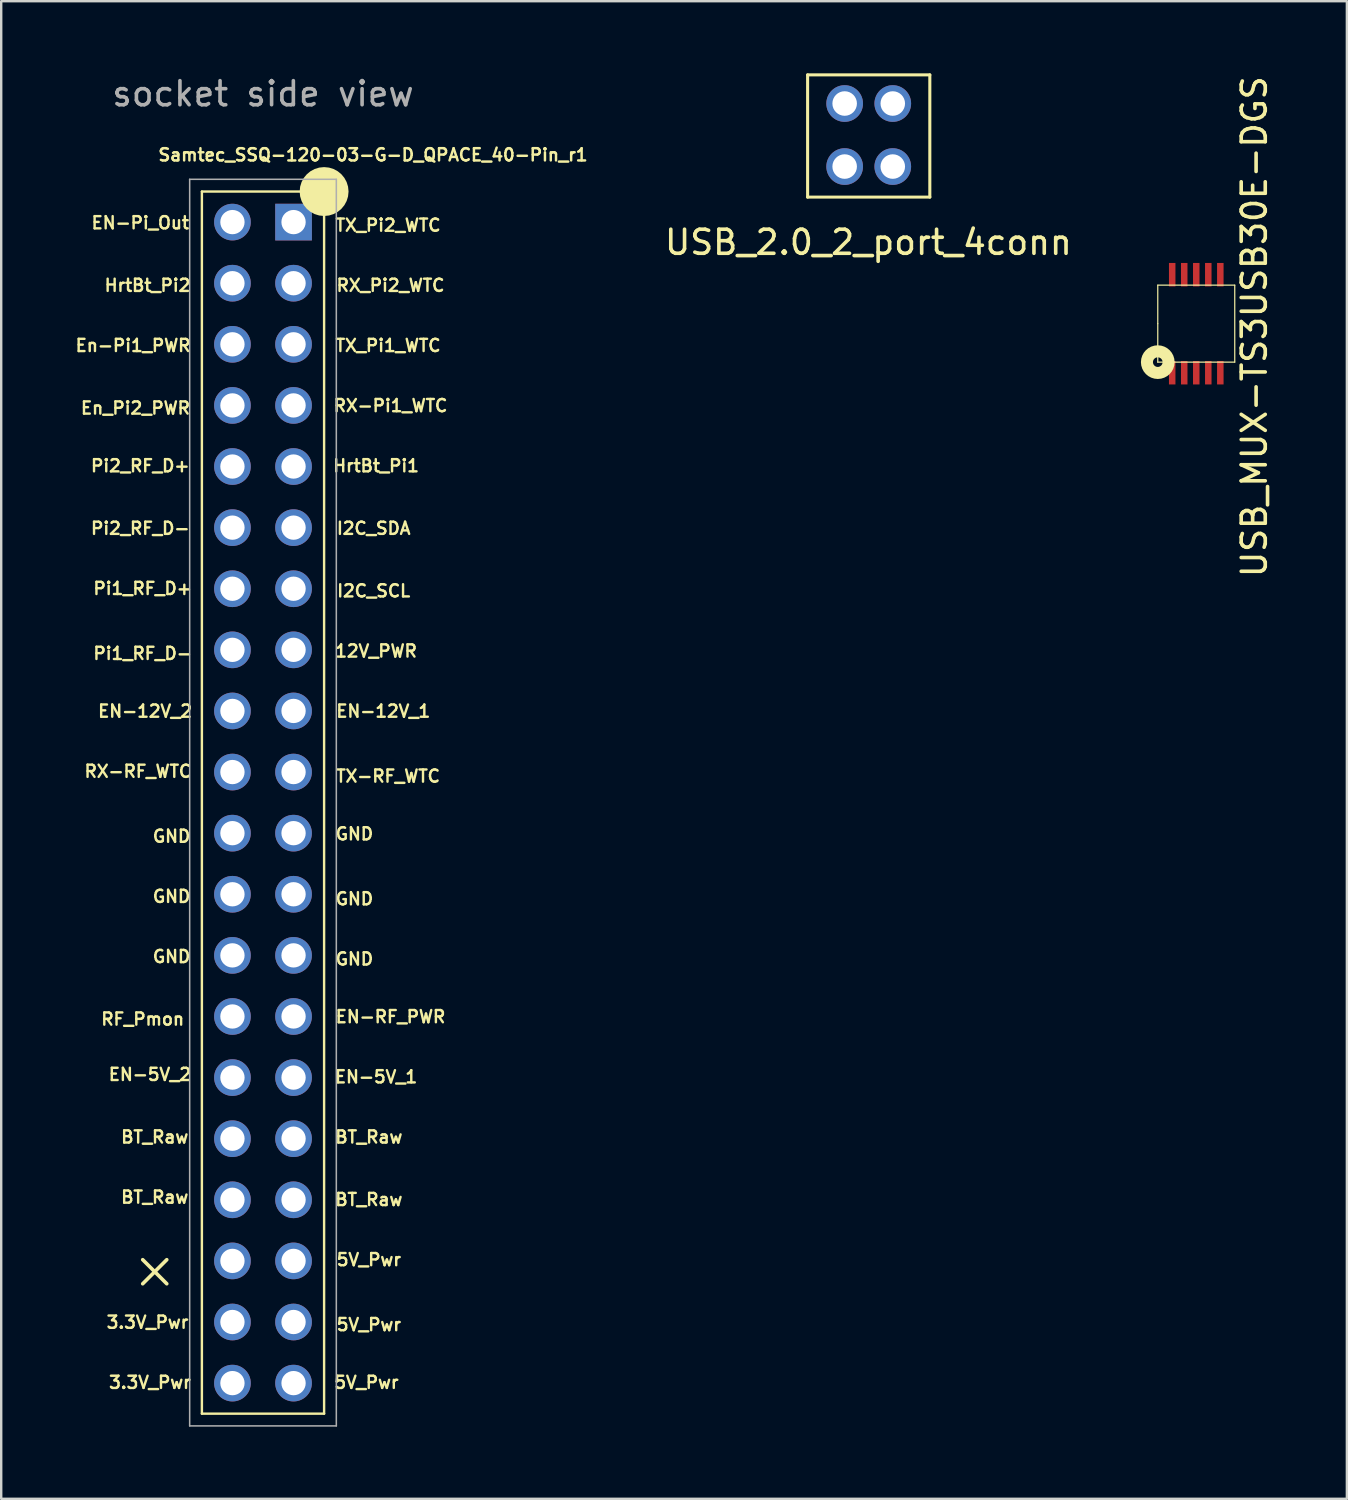
<source format=kicad_pcb>
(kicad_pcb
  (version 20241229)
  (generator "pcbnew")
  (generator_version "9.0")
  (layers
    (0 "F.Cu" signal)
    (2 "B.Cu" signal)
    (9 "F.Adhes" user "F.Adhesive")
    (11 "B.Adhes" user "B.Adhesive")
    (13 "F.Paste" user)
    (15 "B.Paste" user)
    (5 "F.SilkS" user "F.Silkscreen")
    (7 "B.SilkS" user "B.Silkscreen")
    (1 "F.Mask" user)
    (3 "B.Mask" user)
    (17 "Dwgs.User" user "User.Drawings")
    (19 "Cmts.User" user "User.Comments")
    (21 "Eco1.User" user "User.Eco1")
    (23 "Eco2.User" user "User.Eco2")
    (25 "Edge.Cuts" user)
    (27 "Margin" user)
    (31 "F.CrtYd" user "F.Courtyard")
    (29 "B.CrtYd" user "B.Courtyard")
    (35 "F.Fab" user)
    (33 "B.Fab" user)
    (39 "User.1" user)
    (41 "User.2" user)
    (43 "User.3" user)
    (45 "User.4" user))
  (footprint "Samtec_SSQ-120-03-G-D_QPACE_40-Pin_r1"
    (layer "F.Cu")
    (at 7.882 30.312)
    (property "Reference" "Samtec_SSQ-120-03-G-D_QPACE_40-Pin_r1" (at 4.572 -26.924 180) (layer "F.SilkS") (effects (font (size 0.508 0.508) (thickness 0.102))))
    (attr through_hole)
    (fp_line (start -5 20) (end -4 19) (stroke (width 0.15) (type solid)) (layer "F.SilkS"))
    (fp_line (start -4 20) (end -5 19) (stroke (width 0.15) (type solid)) (layer "F.SilkS"))
    (fp_line (start -2.54 -25.4) (end 2.54 -25.4) (stroke (width 0.1) (type solid)) (layer "F.SilkS"))
    (fp_line (start -2.54 25.4) (end -2.54 -25.4) (stroke (width 0.1) (type solid)) (layer "F.SilkS"))
    (fp_line (start 2.54 -25.4) (end 2.54 25.4) (stroke (width 0.1) (type solid)) (layer "F.SilkS"))
    (fp_line (start 2.54 25.4) (end -2.54 25.4) (stroke (width 0.1) (type solid)) (layer "F.SilkS"))
    (fp_circle (center 2.54 -25.4) (end 2.032 -25.4) (stroke (width 1.016) (type solid)) (fill no) (layer "F.SilkS"))
    (fp_line (start -3.048 -25.908) (end -3.048 25.908) (stroke (width 0.064) (type solid)) (layer "F.Fab"))
    (fp_line (start -3.048 25.908) (end 3.048 25.908) (stroke (width 0.064) (type solid)) (layer "F.Fab"))
    (fp_line (start 3.048 -25.908) (end -3.048 -25.908) (stroke (width 0.064) (type solid)) (layer "F.Fab"))
    (fp_line (start 3.048 25.908) (end 3.048 -25.908) (stroke (width 0.064) (type solid)) (layer "F.Fab"))
    (fp_text user "EN-RF_PWR" (at 5.3 8.9 0) (layer "F.SilkS") (effects (font (size 0.508 0.508) (thickness 0.1))))
    (fp_text user "GND" (at 3.8 6.5 0) (layer "F.SilkS") (effects (font (size 0.508 0.508) (thickness 0.1))))
    (fp_text user "5V_Pwr" (at 4.4 19 0) (layer "F.SilkS") (effects (font (size 0.508 0.508) (thickness 0.1))))
    (fp_text user "RF_Pmon" (at -5 9 0) (layer "F.SilkS") (effects (font (size 0.508 0.508) (thickness 0.1))))
    (fp_text user "En_Pi2_PWR" (at -5.3 -16.4 0) (layer "F.SilkS") (effects (font (size 0.508 0.508) (thickness 0.1))))
    (fp_text user "TX_Pi2_WTC" (at 5.2 -24 0) (layer "F.SilkS") (effects (font (size 0.508 0.508) (thickness 0.1))))
    (fp_text user "EN-5V_2" (at -4.7 11.3 0) (layer "F.SilkS") (effects (font (size 0.508 0.508) (thickness 0.1))))
    (fp_text user "HrtBt_Pi2" (at -4.8 -21.5 0) (layer "F.SilkS") (effects (font (size 0.508 0.508) (thickness 0.1))))
    (fp_text user "3.3V_Pwr" (at -4.7 24.1 0) (layer "F.SilkS") (effects (font (size 0.508 0.508) (thickness 0.1))))
    (fp_text user "BT_Raw" (at -4.5 13.9 0) (layer "F.SilkS") (effects (font (size 0.508 0.508) (thickness 0.1))))
    (fp_text user "EN-12V_1" (at 5 -3.8 0) (layer "F.SilkS") (effects (font (size 0.508 0.508) (thickness 0.1))))
    (fp_text user "5V_Pwr" (at 4.3 24.1 0) (layer "F.SilkS") (effects (font (size 0.508 0.508) (thickness 0.1))))
    (fp_text user "EN-Pi_Out" (at -5.1 -24.1 0) (layer "F.SilkS") (effects (font (size 0.508 0.508) (thickness 0.1))))
    (fp_text user "RX_Pi2_WTC" (at 5.3 -21.5 0) (layer "F.SilkS") (effects (font (size 0.508 0.508) (thickness 0.1))))
    (fp_text user "Pi2_RF_D+" (at -5.1 -14 0) (layer "F.SilkS") (effects (font (size 0.508 0.508) (thickness 0.1))))
    (fp_text user "Pi1_RF_D+" (at -5 -8.9 0) (layer "F.SilkS") (effects (font (size 0.508 0.508) (thickness 0.1))))
    (fp_text user "TX_Pi1_WTC" (at 5.2 -19 0) (layer "F.SilkS") (effects (font (size 0.508 0.508) (thickness 0.1))))
    (fp_text user "3.3V_Pwr" (at -4.8 21.6 0) (layer "F.SilkS") (effects (font (size 0.508 0.508) (thickness 0.1))))
    (fp_text user "I2C_SCL" (at 4.6 -8.8 0) (layer "F.SilkS") (effects (font (size 0.508 0.508) (thickness 0.1))))
    (fp_text user "EN-5V_1" (at 4.7 11.4 0) (layer "F.SilkS") (effects (font (size 0.508 0.508) (thickness 0.1))))
    (fp_text user "Pi1_RF_D-" (at -5 -6.2 0) (layer "F.SilkS") (effects (font (size 0.508 0.508) (thickness 0.1))))
    (fp_text user "BT_Raw" (at 4.4 16.5 0) (layer "F.SilkS") (effects (font (size 0.508 0.508) (thickness 0.1))))
    (fp_text user "GND" (at -3.8 1.4 0) (layer "F.SilkS") (effects (font (size 0.508 0.508) (thickness 0.1))))
    (fp_text user "GND" (at 3.8 4 0) (layer "F.SilkS") (effects (font (size 0.508 0.508) (thickness 0.1))))
    (fp_text user "GND" (at -3.8 3.9 0) (layer "F.SilkS") (effects (font (size 0.508 0.508) (thickness 0.1))))
    (fp_text user "En-Pi1_PWR" (at -5.4 -19 0) (layer "F.SilkS") (effects (font (size 0.508 0.508) (thickness 0.1))))
    (fp_text user "RX-RF_WTC" (at -5.2 -1.3 0) (layer "F.SilkS") (effects (font (size 0.508 0.508) (thickness 0.1))))
    (fp_text user "BT_Raw" (at 4.4 13.9 0) (layer "F.SilkS") (effects (font (size 0.508 0.508) (thickness 0.1))))
    (fp_text user "TX-RF_WTC" (at 5.2 -1.1 0) (layer "F.SilkS") (effects (font (size 0.508 0.508) (thickness 0.1))))
    (fp_text user "Pi2_RF_D-" (at -5.1 -11.4 0) (layer "F.SilkS") (effects (font (size 0.508 0.508) (thickness 0.1))))
    (fp_text user "I2C_SDA" (at 4.6 -11.4 0) (layer "F.SilkS") (effects (font (size 0.508 0.508) (thickness 0.1))))
    (fp_text user "BT_Raw" (at -4.5 16.4 0) (layer "F.SilkS") (effects (font (size 0.508 0.508) (thickness 0.1))))
    (fp_text user "EN-12V_2" (at -4.9 -3.8 0) (layer "F.SilkS") (effects (font (size 0.508 0.508) (thickness 0.1))))
    (fp_text user "12V_PWR" (at 4.7 -6.3 0) (layer "F.SilkS") (effects (font (size 0.508 0.508) (thickness 0.1))))
    (fp_text user "GND" (at -3.8 6.4 0) (layer "F.SilkS") (effects (font (size 0.508 0.508) (thickness 0.1))))
    (fp_text user "RX-Pi1_WTC" (at 5.3 -16.5 0) (layer "F.SilkS") (effects (font (size 0.508 0.508) (thickness 0.1))))
    (fp_text user "HrtBt_Pi1" (at 4.7 -14 0) (layer "F.SilkS") (effects (font (size 0.508 0.508) (thickness 0.1))))
    (fp_text user "5V_Pwr" (at 4.4 21.7 0) (layer "F.SilkS") (effects (font (size 0.508 0.508) (thickness 0.1))))
    (fp_text user "GND" (at 3.8 1.3 0) (layer "F.SilkS") (effects (font (size 0.508 0.508) (thickness 0.1))))
    (fp_text user "socket side view" (at 0 -29.464 180) (layer "F.Fab") (effects (font (size 1 1) (thickness 0.15))))
    (pad "1" thru_hole rect (at 1.27 -24.13 180) (size 1.524 1.524) (drill 1.01) (layers "*.Cu" "*.Mask"))
    (pad "2" thru_hole circle (at -1.27 -24.13 270) (size 1.524 1.524) (drill 1.01) (layers "*.Cu" "*.Mask"))
    (pad "3" thru_hole circle (at 1.27 -21.59 270) (size 1.524 1.524) (drill 1.01) (layers "*.Cu" "*.Mask"))
    (pad "4" thru_hole circle (at -1.27 -21.59 270) (size 1.524 1.524) (drill 1.01) (layers "*.Cu" "*.Mask"))
    (pad "5" thru_hole circle (at 1.27 -19.05 270) (size 1.524 1.524) (drill 1.01) (layers "*.Cu" "*.Mask"))
    (pad "6" thru_hole circle (at -1.27 -19.05 270) (size 1.524 1.524) (drill 1.01) (layers "*.Cu" "*.Mask"))
    (pad "7" thru_hole circle (at 1.27 -16.51 270) (size 1.524 1.524) (drill 1.01) (layers "*.Cu" "*.Mask"))
    (pad "8" thru_hole circle (at -1.27 -16.51 270) (size 1.524 1.524) (drill 1.01) (layers "*.Cu" "*.Mask"))
    (pad "9" thru_hole circle (at 1.27 -13.97 270) (size 1.524 1.524) (drill 1.01) (layers "*.Cu" "*.Mask"))
    (pad "10" thru_hole circle (at -1.27 -13.97 270) (size 1.524 1.524) (drill 1.01) (layers "*.Cu" "*.Mask"))
    (pad "11" thru_hole circle (at 1.27 -11.43 270) (size 1.524 1.524) (drill 1.01) (layers "*.Cu" "*.Mask"))
    (pad "12" thru_hole circle (at -1.27 -11.43 270) (size 1.524 1.524) (drill 1.01) (layers "*.Cu" "*.Mask"))
    (pad "13" thru_hole circle (at 1.27 -8.89 270) (size 1.524 1.524) (drill 1.01) (layers "*.Cu" "*.Mask"))
    (pad "14" thru_hole circle (at -1.27 -8.89 270) (size 1.524 1.524) (drill 1.01) (layers "*.Cu" "*.Mask"))
    (pad "15" thru_hole circle (at 1.27 -6.35 270) (size 1.524 1.524) (drill 1.01) (layers "*.Cu" "*.Mask"))
    (pad "16" thru_hole circle (at -1.27 -6.35 270) (size 1.524 1.524) (drill 1.01) (layers "*.Cu" "*.Mask"))
    (pad "17" thru_hole circle (at 1.27 -3.81 270) (size 1.524 1.524) (drill 1.01) (layers "*.Cu" "*.Mask"))
    (pad "18" thru_hole circle (at -1.27 -3.81 270) (size 1.524 1.524) (drill 1.01) (layers "*.Cu" "*.Mask"))
    (pad "19" thru_hole circle (at 1.27 -1.27 270) (size 1.524 1.524) (drill 1.01) (layers "*.Cu" "*.Mask"))
    (pad "20" thru_hole circle (at -1.27 -1.27 270) (size 1.524 1.524) (drill 1.01) (layers "*.Cu" "*.Mask"))
    (pad "21" thru_hole circle (at 1.27 1.27 270) (size 1.524 1.524) (drill 1.01) (layers "*.Cu" "*.Mask"))
    (pad "22" thru_hole circle (at -1.27 1.27 270) (size 1.524 1.524) (drill 1.01) (layers "*.Cu" "*.Mask"))
    (pad "23" thru_hole circle (at 1.27 3.81 270) (size 1.524 1.524) (drill 1.01) (layers "*.Cu" "*.Mask"))
    (pad "24" thru_hole circle (at -1.27 3.81 270) (size 1.524 1.524) (drill 1.01) (layers "*.Cu" "*.Mask"))
    (pad "25" thru_hole circle (at 1.27 6.35 270) (size 1.524 1.524) (drill 1.01) (layers "*.Cu" "*.Mask"))
    (pad "26" thru_hole circle (at -1.27 6.35 270) (size 1.524 1.524) (drill 1.01) (layers "*.Cu" "*.Mask"))
    (pad "27" thru_hole circle (at 1.27 8.89 270) (size 1.524 1.524) (drill 1.01) (layers "*.Cu" "*.Mask"))
    (pad "28" thru_hole circle (at -1.27 8.89 270) (size 1.524 1.524) (drill 1.01) (layers "*.Cu" "*.Mask"))
    (pad "29" thru_hole circle (at 1.27 11.43 270) (size 1.524 1.524) (drill 1.01) (layers "*.Cu" "*.Mask"))
    (pad "30" thru_hole circle (at -1.27 11.43 270) (size 1.524 1.524) (drill 1.01) (layers "*.Cu" "*.Mask"))
    (pad "31" thru_hole circle (at 1.27 13.97 270) (size 1.524 1.524) (drill 1.01) (layers "*.Cu" "*.Mask"))
    (pad "32" thru_hole circle (at -1.27 13.97 270) (size 1.524 1.524) (drill 1.01) (layers "*.Cu" "*.Mask"))
    (pad "33" thru_hole circle (at 1.27 16.51 270) (size 1.524 1.524) (drill 1.01) (layers "*.Cu" "*.Mask"))
    (pad "34" thru_hole circle (at -1.27 16.51 270) (size 1.524 1.524) (drill 1.01) (layers "*.Cu" "*.Mask"))
    (pad "35" thru_hole circle (at 1.27 19.05 270) (size 1.524 1.524) (drill 1.01) (layers "*.Cu" "*.Mask"))
    (pad "36" thru_hole circle (at -1.27 19.05 270) (size 1.524 1.524) (drill 1.01) (layers "*.Cu" "*.Mask"))
    (pad "37" thru_hole circle (at 1.27 21.59 270) (size 1.524 1.524) (drill 1.01) (layers "*.Cu" "*.Mask"))
    (pad "38" thru_hole circle (at -1.27 21.59 270) (size 1.524 1.524) (drill 1.01) (layers "*.Cu" "*.Mask"))
    (pad "39" thru_hole circle (at 1.27 24.13 270) (size 1.524 1.524) (drill 1.01) (layers "*.Cu" "*.Mask"))
    (pad "40" thru_hole circle (at -1.27 24.13 270) (size 1.524 1.524) (drill 1.01) (layers "*.Cu" "*.Mask")))
  (footprint "USB_MUX-TS3USB30E-DGS"
    (layer "F.Cu")
    (at 46.675 10.403)
    (property "Reference" "USB_MUX-TS3USB30E-DGS" (at 2.413 0.127 270) (layer "F.SilkS") (effects (font (size 1 1) (thickness 0.15))))
    (attr smd)
    (fp_line (start -1.6 -1.6) (end -1.6 0) (stroke (width 0.05) (type solid)) (layer "F.SilkS"))
    (fp_line (start -1.6 0) (end -1.6 1.6) (stroke (width 0.05) (type solid)) (layer "F.SilkS"))
    (fp_line (start 1.6 -1.6) (end -1.6 -1.6) (stroke (width 0.05) (type solid)) (layer "F.SilkS"))
    (fp_line (start 1.6 -1.6) (end 1.6 1.6) (stroke (width 0.05) (type solid)) (layer "F.SilkS"))
    (fp_line (start 1.6 1.6) (end -1.6 1.6) (stroke (width 0.05) (type solid)) (layer "F.SilkS"))
    (fp_circle (center -1.6 1.6) (end -1.4 1.6) (stroke (width 0.5) (type solid)) (fill no) (layer "F.SilkS"))
    (pad "1" smd rect (at -1 2.04) (size 0.27 0.975) (layers "F.Cu" "F.Mask" "F.Paste"))
    (pad "2" smd rect (at -0.5 2.04) (size 0.27 0.975) (layers "F.Cu" "F.Mask" "F.Paste"))
    (pad "3" smd rect (at 0 2.04) (size 0.27 0.975) (layers "F.Cu" "F.Mask" "F.Paste"))
    (pad "4" smd rect (at 0.5 2.04) (size 0.27 0.975) (layers "F.Cu" "F.Mask" "F.Paste"))
    (pad "5" smd rect (at 1 2.04) (size 0.27 0.975) (layers "F.Cu" "F.Mask" "F.Paste"))
    (pad "6" smd rect (at 1 -2.035) (size 0.27 0.975) (layers "F.Cu" "F.Mask" "F.Paste"))
    (pad "7" smd rect (at 0.5 -2.035) (size 0.27 0.975) (layers "F.Cu" "F.Mask" "F.Paste"))
    (pad "8" smd rect (at 0 -2.035) (size 0.27 0.975) (layers "F.Cu" "F.Mask" "F.Paste"))
    (pad "9" smd rect (at -0.5 -2.035) (size 0.27 0.975) (layers "F.Cu" "F.Mask" "F.Paste"))
    (pad "10" smd rect (at -1 -2.035) (size 0.27 0.975) (layers "F.Cu" "F.Mask" "F.Paste")))
  (footprint "USB_2.0_2_port_4conn"
    (layer "F.Cu")
    (at 33.06 2.603)
    (property "Reference" "USB_2.0_2_port_4conn" (at -0.013 4.42 0) (layer "F.SilkS") (effects (font (size 1 1) (thickness 0.15))))
    (attr through_hole)
    (fp_line (start -2.54 -2.54) (end 2.54 -2.54) (stroke (width 0.127) (type solid)) (layer "F.SilkS"))
    (fp_line (start -2.54 2.54) (end -2.54 -2.54) (stroke (width 0.127) (type solid)) (layer "F.SilkS"))
    (fp_line (start 2.54 -2.54) (end 2.54 2.54) (stroke (width 0.127) (type solid)) (layer "F.SilkS"))
    (fp_line (start 2.54 2.54) (end -2.54 2.54) (stroke (width 0.127) (type solid)) (layer "F.SilkS"))
    (pad "1" thru_hole circle (at -1 1.27) (size 1.524 1.524) (drill 1.02) (layers "*.Cu" "*.Mask"))
    (pad "2" thru_hole circle (at -1 -1.35) (size 1.524 1.524) (drill 1.02) (layers "*.Cu" "*.Mask"))
    (pad "3" thru_hole circle (at 1 1.27) (size 1.524 1.524) (drill 1.02) (layers "*.Cu" "*.Mask"))
    (pad "4" thru_hole circle (at 1 -1.35) (size 1.524 1.524) (drill 1.02) (layers "*.Cu" "*.Mask")))
  (gr_rect
    (start -3 -3)
    (end 52.936 59.252)
    (stroke (width 0.1) (type default))
    (fill no)
    (layer "Edge.Cuts")))
</source>
